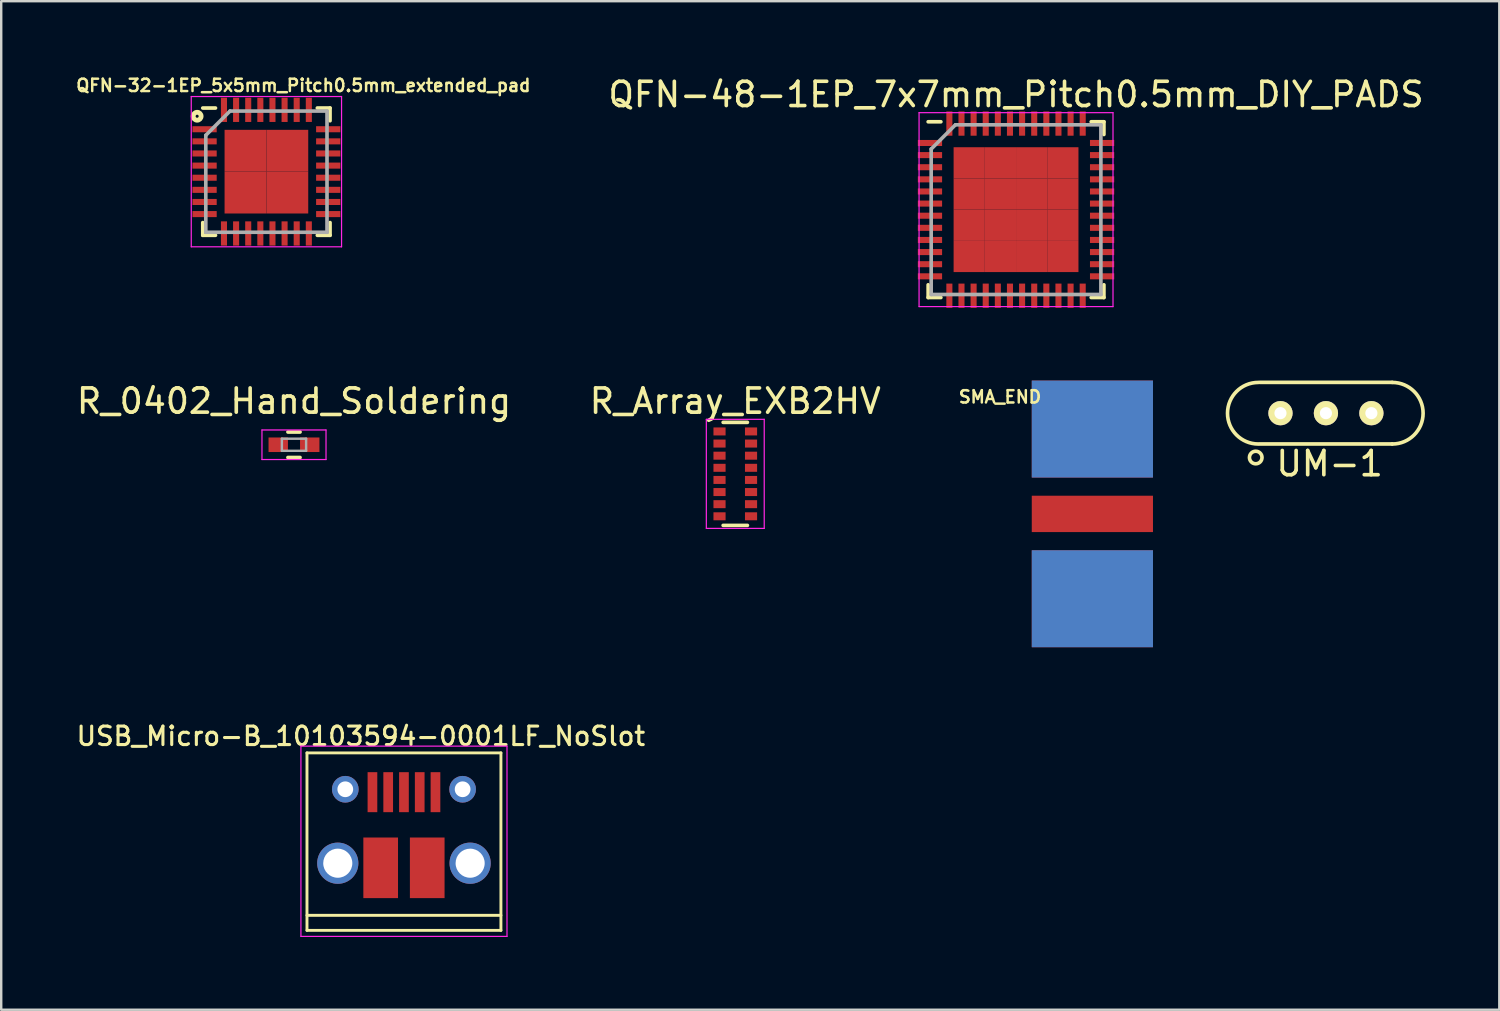
<source format=kicad_pcb>
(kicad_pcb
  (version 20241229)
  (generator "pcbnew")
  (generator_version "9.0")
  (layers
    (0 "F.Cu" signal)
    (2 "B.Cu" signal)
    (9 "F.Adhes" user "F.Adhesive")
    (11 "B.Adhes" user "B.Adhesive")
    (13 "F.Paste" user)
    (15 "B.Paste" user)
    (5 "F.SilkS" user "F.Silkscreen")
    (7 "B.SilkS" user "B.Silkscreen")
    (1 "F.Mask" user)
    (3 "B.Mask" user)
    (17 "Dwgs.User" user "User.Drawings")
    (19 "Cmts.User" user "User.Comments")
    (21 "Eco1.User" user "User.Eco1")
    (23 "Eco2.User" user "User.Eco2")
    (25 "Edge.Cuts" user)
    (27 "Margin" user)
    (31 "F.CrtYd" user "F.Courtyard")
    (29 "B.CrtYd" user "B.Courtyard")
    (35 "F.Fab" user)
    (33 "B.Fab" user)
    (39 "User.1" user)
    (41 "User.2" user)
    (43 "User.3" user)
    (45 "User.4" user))
  (footprint "QFN-48-1EP_7x7mm_Pitch0.5mm_DIY_PADS"
    (layer "F.Cu")
    (at 38.861 5.598)
    (property "Reference" "QFN-48-1EP_7x7mm_Pitch0.5mm_DIY_PADS" (at 0 -4.75 0) (layer "F.SilkS") (effects (font (size 1 1) (thickness 0.15))))
    (attr smd)
    (fp_line (start -3.625 -3.625) (end -3.1 -3.625) (stroke (width 0.15) (type solid)) (layer "F.SilkS"))
    (fp_line (start -3.625 3.625) (end -3.625 3.1) (stroke (width 0.15) (type solid)) (layer "F.SilkS"))
    (fp_line (start -3.625 3.625) (end -3.1 3.625) (stroke (width 0.15) (type solid)) (layer "F.SilkS"))
    (fp_line (start 3.625 -3.625) (end 3.1 -3.625) (stroke (width 0.15) (type solid)) (layer "F.SilkS"))
    (fp_line (start 3.625 -3.625) (end 3.625 -3.1) (stroke (width 0.15) (type solid)) (layer "F.SilkS"))
    (fp_line (start 3.625 3.625) (end 3.1 3.625) (stroke (width 0.15) (type solid)) (layer "F.SilkS"))
    (fp_line (start 3.625 3.625) (end 3.625 3.1) (stroke (width 0.15) (type solid)) (layer "F.SilkS"))
    (fp_line (start -4 -4) (end -4 4) (stroke (width 0.05) (type solid)) (layer "F.CrtYd"))
    (fp_line (start -4 -4) (end 4 -4) (stroke (width 0.05) (type solid)) (layer "F.CrtYd"))
    (fp_line (start -4 4) (end 4 4) (stroke (width 0.05) (type solid)) (layer "F.CrtYd"))
    (fp_line (start 4 -4) (end 4 4) (stroke (width 0.05) (type solid)) (layer "F.CrtYd"))
    (fp_line (start -3.5 -2.5) (end -2.5 -3.5) (stroke (width 0.15) (type solid)) (layer "F.Fab"))
    (fp_line (start -3.5 3.5) (end -3.5 -2.5) (stroke (width 0.15) (type solid)) (layer "F.Fab"))
    (fp_line (start -2.5 -3.5) (end 3.5 -3.5) (stroke (width 0.15) (type solid)) (layer "F.Fab"))
    (fp_line (start 3.5 -3.5) (end 3.5 3.5) (stroke (width 0.15) (type solid)) (layer "F.Fab"))
    (fp_line (start 3.5 3.5) (end -3.5 3.5) (stroke (width 0.15) (type solid)) (layer "F.Fab"))
    (pad "1" smd rect (at -3.55 -2.75) (size 1 0.25) (layers "F.Cu" "F.Mask" "F.Paste"))
    (pad "2" smd rect (at -3.55 -2.25) (size 1 0.25) (layers "F.Cu" "F.Mask" "F.Paste"))
    (pad "3" smd rect (at -3.55 -1.75) (size 1 0.25) (layers "F.Cu" "F.Mask" "F.Paste"))
    (pad "4" smd rect (at -3.55 -1.25) (size 1 0.25) (layers "F.Cu" "F.Mask" "F.Paste"))
    (pad "5" smd rect (at -3.55 -0.75) (size 1 0.25) (layers "F.Cu" "F.Mask" "F.Paste"))
    (pad "6" smd rect (at -3.55 -0.25) (size 1 0.25) (layers "F.Cu" "F.Mask" "F.Paste"))
    (pad "7" smd rect (at -3.55 0.25) (size 1 0.25) (layers "F.Cu" "F.Mask" "F.Paste"))
    (pad "8" smd rect (at -3.55 0.75) (size 1 0.25) (layers "F.Cu" "F.Mask" "F.Paste"))
    (pad "9" smd rect (at -3.55 1.25) (size 1 0.25) (layers "F.Cu" "F.Mask" "F.Paste"))
    (pad "10" smd rect (at -3.55 1.75) (size 1 0.25) (layers "F.Cu" "F.Mask" "F.Paste"))
    (pad "11" smd rect (at -3.55 2.25) (size 1 0.25) (layers "F.Cu" "F.Mask" "F.Paste"))
    (pad "12" smd rect (at -3.55 2.75) (size 1 0.25) (layers "F.Cu" "F.Mask" "F.Paste"))
    (pad "13" smd rect (at -2.75 3.55 90) (size 1 0.25) (layers "F.Cu" "F.Mask" "F.Paste"))
    (pad "14" smd rect (at -2.25 3.55 90) (size 1 0.25) (layers "F.Cu" "F.Mask" "F.Paste"))
    (pad "15" smd rect (at -1.75 3.55 90) (size 1 0.25) (layers "F.Cu" "F.Mask" "F.Paste"))
    (pad "16" smd rect (at -1.25 3.55 90) (size 1 0.25) (layers "F.Cu" "F.Mask" "F.Paste"))
    (pad "17" smd rect (at -0.75 3.55 90) (size 1 0.25) (layers "F.Cu" "F.Mask" "F.Paste"))
    (pad "18" smd rect (at -0.25 3.55 90) (size 1 0.25) (layers "F.Cu" "F.Mask" "F.Paste"))
    (pad "19" smd rect (at 0.25 3.55 90) (size 1 0.25) (layers "F.Cu" "F.Mask" "F.Paste"))
    (pad "20" smd rect (at 0.75 3.55 90) (size 1 0.25) (layers "F.Cu" "F.Mask" "F.Paste"))
    (pad "21" smd rect (at 1.25 3.55 90) (size 1 0.25) (layers "F.Cu" "F.Mask" "F.Paste"))
    (pad "22" smd rect (at 1.75 3.55 90) (size 1 0.25) (layers "F.Cu" "F.Mask" "F.Paste"))
    (pad "23" smd rect (at 2.25 3.55 90) (size 1 0.25) (layers "F.Cu" "F.Mask" "F.Paste"))
    (pad "24" smd rect (at 2.75 3.55 90) (size 1 0.25) (layers "F.Cu" "F.Mask" "F.Paste"))
    (pad "25" smd rect (at 3.55 2.75) (size 1 0.25) (layers "F.Cu" "F.Mask" "F.Paste"))
    (pad "26" smd rect (at 3.55 2.25) (size 1 0.25) (layers "F.Cu" "F.Mask" "F.Paste"))
    (pad "27" smd rect (at 3.55 1.75) (size 1 0.25) (layers "F.Cu" "F.Mask" "F.Paste"))
    (pad "28" smd rect (at 3.55 1.25) (size 1 0.25) (layers "F.Cu" "F.Mask" "F.Paste"))
    (pad "29" smd rect (at 3.55 0.75) (size 1 0.25) (layers "F.Cu" "F.Mask" "F.Paste"))
    (pad "30" smd rect (at 3.55 0.25) (size 1 0.25) (layers "F.Cu" "F.Mask" "F.Paste"))
    (pad "31" smd rect (at 3.55 -0.25) (size 1 0.25) (layers "F.Cu" "F.Mask" "F.Paste"))
    (pad "32" smd rect (at 3.55 -0.75) (size 1 0.25) (layers "F.Cu" "F.Mask" "F.Paste"))
    (pad "33" smd rect (at 3.55 -1.25) (size 1 0.25) (layers "F.Cu" "F.Mask" "F.Paste"))
    (pad "34" smd rect (at 3.55 -1.75) (size 1 0.25) (layers "F.Cu" "F.Mask" "F.Paste"))
    (pad "35" smd rect (at 3.55 -2.25) (size 1 0.25) (layers "F.Cu" "F.Mask" "F.Paste"))
    (pad "36" smd rect (at 3.55 -2.75) (size 1 0.25) (layers "F.Cu" "F.Mask" "F.Paste"))
    (pad "37" smd rect (at 2.75 -3.55 90) (size 1 0.25) (layers "F.Cu" "F.Mask" "F.Paste"))
    (pad "38" smd rect (at 2.25 -3.55 90) (size 1 0.25) (layers "F.Cu" "F.Mask" "F.Paste"))
    (pad "39" smd rect (at 1.75 -3.55 90) (size 1 0.25) (layers "F.Cu" "F.Mask" "F.Paste"))
    (pad "40" smd rect (at 1.25 -3.55 90) (size 1 0.25) (layers "F.Cu" "F.Mask" "F.Paste"))
    (pad "41" smd rect (at 0.75 -3.55 90) (size 1 0.25) (layers "F.Cu" "F.Mask" "F.Paste"))
    (pad "42" smd rect (at 0.25 -3.55 90) (size 1 0.25) (layers "F.Cu" "F.Mask" "F.Paste"))
    (pad "43" smd rect (at -0.25 -3.55 90) (size 1 0.25) (layers "F.Cu" "F.Mask" "F.Paste"))
    (pad "44" smd rect (at -0.75 -3.55 90) (size 1 0.25) (layers "F.Cu" "F.Mask" "F.Paste"))
    (pad "45" smd rect (at -1.25 -3.55 90) (size 1 0.25) (layers "F.Cu" "F.Mask" "F.Paste"))
    (pad "46" smd rect (at -1.75 -3.55 90) (size 1 0.25) (layers "F.Cu" "F.Mask" "F.Paste"))
    (pad "47" smd rect (at -2.25 -3.55 90) (size 1 0.25) (layers "F.Cu" "F.Mask" "F.Paste"))
    (pad "48" smd rect (at -2.75 -3.55 90) (size 1 0.25) (layers "F.Cu" "F.Mask" "F.Paste"))
    (pad "49" smd rect (at -1.931 -1.931) (size 1.288 1.288) (layers "F.Cu" "F.Mask" "F.Paste"))
    (pad "49" smd rect (at -1.931 -0.644) (size 1.288 1.288) (layers "F.Cu" "F.Mask" "F.Paste"))
    (pad "49" smd rect (at -1.931 0.644) (size 1.288 1.288) (layers "F.Cu" "F.Mask" "F.Paste"))
    (pad "49" smd rect (at -1.931 1.931) (size 1.288 1.288) (layers "F.Cu" "F.Mask" "F.Paste"))
    (pad "49" smd rect (at -0.644 -1.931) (size 1.288 1.288) (layers "F.Cu" "F.Mask" "F.Paste"))
    (pad "49" smd rect (at -0.644 -0.644) (size 1.288 1.288) (layers "F.Cu" "F.Mask" "F.Paste"))
    (pad "49" smd rect (at -0.644 0.644) (size 1.288 1.288) (layers "F.Cu" "F.Mask" "F.Paste"))
    (pad "49" smd rect (at -0.644 1.931) (size 1.288 1.288) (layers "F.Cu" "F.Mask" "F.Paste"))
    (pad "49" smd rect (at 0.644 -1.931) (size 1.288 1.288) (layers "F.Cu" "F.Mask" "F.Paste"))
    (pad "49" smd rect (at 0.644 -0.644) (size 1.288 1.288) (layers "F.Cu" "F.Mask" "F.Paste"))
    (pad "49" smd rect (at 0.644 0.644) (size 1.288 1.288) (layers "F.Cu" "F.Mask" "F.Paste"))
    (pad "49" smd rect (at 0.644 1.931) (size 1.288 1.288) (layers "F.Cu" "F.Mask" "F.Paste"))
    (pad "49" smd rect (at 1.931 -1.931) (size 1.288 1.288) (layers "F.Cu" "F.Mask" "F.Paste"))
    (pad "49" smd rect (at 1.931 -0.644) (size 1.288 1.288) (layers "F.Cu" "F.Mask" "F.Paste"))
    (pad "49" smd rect (at 1.931 0.644) (size 1.288 1.288) (layers "F.Cu" "F.Mask" "F.Paste"))
    (pad "49" smd rect (at 1.931 1.931) (size 1.288 1.288) (layers "F.Cu" "F.Mask" "F.Paste")))
  (footprint "QFN-32-1EP_5x5mm_Pitch0.5mm_extended_pad"
    (layer "F.Cu")
    (at 7.939 4.031)
    (property "Reference" "QFN-32-1EP_5x5mm_Pitch0.5mm_extended_pad" (at 1.524 -3.556 0) (layer "F.SilkS") (effects (font (size 0.508 0.508) (thickness 0.102))))
    (attr smd)
    (fp_line (start -2.625 -2.625) (end -2.1 -2.625) (stroke (width 0.15) (type solid)) (layer "F.SilkS"))
    (fp_line (start -2.625 2.625) (end -2.625 2.1) (stroke (width 0.15) (type solid)) (layer "F.SilkS"))
    (fp_line (start -2.625 2.625) (end -2.1 2.625) (stroke (width 0.15) (type solid)) (layer "F.SilkS"))
    (fp_line (start 2.625 -2.625) (end 2.1 -2.625) (stroke (width 0.15) (type solid)) (layer "F.SilkS"))
    (fp_line (start 2.625 -2.625) (end 2.625 -2.1) (stroke (width 0.15) (type solid)) (layer "F.SilkS"))
    (fp_line (start 2.625 2.625) (end 2.1 2.625) (stroke (width 0.15) (type solid)) (layer "F.SilkS"))
    (fp_line (start 2.625 2.625) (end 2.625 2.1) (stroke (width 0.15) (type solid)) (layer "F.SilkS"))
    (fp_circle (center -2.857 -2.286) (end -2.794 -2.286) (stroke (width 0.2) (type solid)) (fill no) (layer "F.SilkS"))
    (fp_line (start -3.1 -3.1) (end -3.1 3.1) (stroke (width 0.05) (type solid)) (layer "F.CrtYd"))
    (fp_line (start -3.1 -3.1) (end 3.1 -3.1) (stroke (width 0.05) (type solid)) (layer "F.CrtYd"))
    (fp_line (start -3.1 3.1) (end 3.1 3.1) (stroke (width 0.05) (type solid)) (layer "F.CrtYd"))
    (fp_line (start 3.1 -3.1) (end 3.1 3.1) (stroke (width 0.05) (type solid)) (layer "F.CrtYd"))
    (fp_line (start -2.5 -1.5) (end -1.5 -2.5) (stroke (width 0.15) (type solid)) (layer "F.Fab"))
    (fp_line (start -2.5 2.5) (end -2.5 -1.5) (stroke (width 0.15) (type solid)) (layer "F.Fab"))
    (fp_line (start -1.5 -2.5) (end 2.5 -2.5) (stroke (width 0.15) (type solid)) (layer "F.Fab"))
    (fp_line (start 2.5 -2.5) (end 2.5 2.5) (stroke (width 0.15) (type solid)) (layer "F.Fab"))
    (fp_line (start 2.5 2.5) (end -2.5 2.5) (stroke (width 0.15) (type solid)) (layer "F.Fab"))
    (pad "1" smd rect (at -2.55 -1.75) (size 1 0.25) (layers "F.Cu" "F.Mask" "F.Paste"))
    (pad "2" smd rect (at -2.55 -1.25) (size 1 0.25) (layers "F.Cu" "F.Mask" "F.Paste"))
    (pad "3" smd rect (at -2.55 -0.75) (size 1 0.25) (layers "F.Cu" "F.Mask" "F.Paste"))
    (pad "4" smd rect (at -2.55 -0.25) (size 1 0.25) (layers "F.Cu" "F.Mask" "F.Paste"))
    (pad "5" smd rect (at -2.55 0.25) (size 1 0.25) (layers "F.Cu" "F.Mask" "F.Paste"))
    (pad "6" smd rect (at -2.55 0.75) (size 1 0.25) (layers "F.Cu" "F.Mask" "F.Paste"))
    (pad "7" smd rect (at -2.55 1.25) (size 1 0.25) (layers "F.Cu" "F.Mask" "F.Paste"))
    (pad "8" smd rect (at -2.55 1.75) (size 1 0.25) (layers "F.Cu" "F.Mask" "F.Paste"))
    (pad "9" smd rect (at -1.75 2.55 90) (size 1 0.25) (layers "F.Cu" "F.Mask" "F.Paste"))
    (pad "10" smd rect (at -1.25 2.55 90) (size 1 0.25) (layers "F.Cu" "F.Mask" "F.Paste"))
    (pad "11" smd rect (at -0.75 2.55 90) (size 1 0.25) (layers "F.Cu" "F.Mask" "F.Paste"))
    (pad "12" smd rect (at -0.25 2.55 90) (size 1 0.25) (layers "F.Cu" "F.Mask" "F.Paste"))
    (pad "13" smd rect (at 0.25 2.55 90) (size 1 0.25) (layers "F.Cu" "F.Mask" "F.Paste"))
    (pad "14" smd rect (at 0.75 2.55 90) (size 1 0.25) (layers "F.Cu" "F.Mask" "F.Paste"))
    (pad "15" smd rect (at 1.25 2.55 90) (size 1 0.25) (layers "F.Cu" "F.Mask" "F.Paste"))
    (pad "16" smd rect (at 1.75 2.55 90) (size 1 0.25) (layers "F.Cu" "F.Mask" "F.Paste"))
    (pad "17" smd rect (at 2.55 1.75) (size 1 0.25) (layers "F.Cu" "F.Mask" "F.Paste"))
    (pad "18" smd rect (at 2.55 1.25) (size 1 0.25) (layers "F.Cu" "F.Mask" "F.Paste"))
    (pad "19" smd rect (at 2.55 0.75) (size 1 0.25) (layers "F.Cu" "F.Mask" "F.Paste"))
    (pad "20" smd rect (at 2.55 0.25) (size 1 0.25) (layers "F.Cu" "F.Mask" "F.Paste"))
    (pad "21" smd rect (at 2.55 -0.25) (size 1 0.25) (layers "F.Cu" "F.Mask" "F.Paste"))
    (pad "22" smd rect (at 2.55 -0.75) (size 1 0.25) (layers "F.Cu" "F.Mask" "F.Paste"))
    (pad "23" smd rect (at 2.55 -1.25) (size 1 0.25) (layers "F.Cu" "F.Mask" "F.Paste"))
    (pad "24" smd rect (at 2.55 -1.75) (size 1 0.25) (layers "F.Cu" "F.Mask" "F.Paste"))
    (pad "25" smd rect (at 1.75 -2.55 90) (size 1 0.25) (layers "F.Cu" "F.Mask" "F.Paste"))
    (pad "26" smd rect (at 1.25 -2.55 90) (size 1 0.25) (layers "F.Cu" "F.Mask" "F.Paste"))
    (pad "27" smd rect (at 0.75 -2.55 90) (size 1 0.25) (layers "F.Cu" "F.Mask" "F.Paste"))
    (pad "28" smd rect (at 0.25 -2.55 90) (size 1 0.25) (layers "F.Cu" "F.Mask" "F.Paste"))
    (pad "29" smd rect (at -0.25 -2.55 90) (size 1 0.25) (layers "F.Cu" "F.Mask" "F.Paste"))
    (pad "30" smd rect (at -0.75 -2.55 90) (size 1 0.25) (layers "F.Cu" "F.Mask" "F.Paste"))
    (pad "31" smd rect (at -1.25 -2.55 90) (size 1 0.25) (layers "F.Cu" "F.Mask" "F.Paste"))
    (pad "32" smd rect (at -1.75 -2.55 90) (size 1 0.25) (layers "F.Cu" "F.Mask" "F.Paste"))
    (pad "33" smd rect (at -0.863 -0.863) (size 1.725 1.725) (layers "F.Cu" "F.Mask" "F.Paste"))
    (pad "33" smd rect (at -0.863 0.863) (size 1.725 1.725) (layers "F.Cu" "F.Mask" "F.Paste"))
    (pad "33" smd rect (at 0.863 -0.863) (size 1.725 1.725) (layers "F.Cu" "F.Mask" "F.Paste"))
    (pad "33" smd rect (at 0.863 0.863) (size 1.725 1.725) (layers "F.Cu" "F.Mask" "F.Paste")))
  (footprint "USB_Micro-B_10103594-0001LF_NoSlot"
    (layer "F.Cu")
    (at 13.613 31.127)
    (property "Reference" "USB_Micro-B_10103594-0001LF_NoSlot" (at -1.778 -3.81 0) (layer "F.SilkS") (effects (font (size 0.762 0.762) (thickness 0.127))))
    (attr smd)
    (fp_line (start -4 -3.12) (end 4 -3.12) (stroke (width 0.12) (type solid)) (layer "F.SilkS"))
    (fp_line (start -4 4.2) (end -4 -3.12) (stroke (width 0.12) (type solid)) (layer "F.SilkS"))
    (fp_line (start -4 4.2) (end 4 4.2) (stroke (width 0.12) (type solid)) (layer "F.SilkS"))
    (fp_line (start 4 -3.12) (end 4 4.2) (stroke (width 0.12) (type solid)) (layer "F.SilkS"))
    (fp_line (start 4 3.58) (end -4 3.58) (stroke (width 0.12) (type solid)) (layer "F.SilkS"))
    (fp_line (start -4.25 -3.4) (end 4.25 -3.4) (stroke (width 0.05) (type solid)) (layer "F.CrtYd"))
    (fp_line (start -4.25 4.45) (end -4.25 -3.4) (stroke (width 0.05) (type solid)) (layer "F.CrtYd"))
    (fp_line (start 4.25 -3.4) (end 4.25 4.45) (stroke (width 0.05) (type solid)) (layer "F.CrtYd"))
    (fp_line (start 4.25 4.45) (end -4.25 4.45) (stroke (width 0.05) (type solid)) (layer "F.CrtYd"))
    (pad "1" smd rect (at -1.3 -1.5 90) (size 1.65 0.4) (layers "F.Cu" "F.Mask" "F.Paste"))
    (pad "2" smd rect (at -0.65 -1.5 90) (size 1.65 0.4) (layers "F.Cu" "F.Mask" "F.Paste"))
    (pad "3" smd rect (at 0 -1.5 90) (size 1.65 0.4) (layers "F.Cu" "F.Mask" "F.Paste"))
    (pad "4" smd rect (at 0.65 -1.5 90) (size 1.65 0.4) (layers "F.Cu" "F.Mask" "F.Paste"))
    (pad "5" smd rect (at 1.3 -1.5 90) (size 1.65 0.4) (layers "F.Cu" "F.Mask" "F.Paste"))
    (pad "6" thru_hole circle (at -2.73 1.43 90) (size 1.7 1.7) (drill oval 1.2) (layers "*.Cu" "*.Mask"))
    (pad "6" thru_hole circle (at -2.42 -1.62 90) (size 1.1 1.1) (drill 0.65) (layers "*.Cu" "*.Mask"))
    (pad "6" smd rect (at -0.96 1.62 90) (size 2.5 1.43) (layers "F.Cu" "F.Mask" "F.Paste"))
    (pad "6" smd rect (at 0.96 1.62 90) (size 2.5 1.43) (layers "F.Cu" "F.Mask" "F.Paste"))
    (pad "6" thru_hole circle (at 2.42 -1.62 90) (size 1.1 1.1) (drill oval 0.65) (layers "*.Cu" "*.Mask"))
    (pad "6" thru_hole circle (at 2.73 1.43 90) (size 1.7 1.7) (drill oval 1.2) (layers "*.Cu" "*.Mask")))
  (footprint "R_0402_Hand_Soldering"
    (layer "F.Cu")
    (at 9.077 15.296)
    (property "Reference" "R_0402_Hand_Soldering" (at 0 -1.8 0) (layer "F.SilkS") (effects (font (size 1 1) (thickness 0.15))))
    (attr smd)
    (fp_line (start -0.25 0.525) (end 0.25 0.525) (stroke (width 0.15) (type solid)) (layer "F.SilkS"))
    (fp_line (start 0.25 -0.525) (end -0.25 -0.525) (stroke (width 0.15) (type solid)) (layer "F.SilkS"))
    (fp_line (start -1.321 -0.61) (end -1.321 0.61) (stroke (width 0.05) (type solid)) (layer "F.CrtYd"))
    (fp_line (start -1.321 0.61) (end 1.321 0.61) (stroke (width 0.05) (type solid)) (layer "F.CrtYd"))
    (fp_line (start 1.321 -0.61) (end -1.321 -0.61) (stroke (width 0.05) (type solid)) (layer "F.CrtYd"))
    (fp_line (start 1.321 0.61) (end 1.321 -0.61) (stroke (width 0.05) (type solid)) (layer "F.CrtYd"))
    (fp_line (start -0.5 -0.25) (end 0.5 -0.25) (stroke (width 0.1) (type solid)) (layer "F.Fab"))
    (fp_line (start -0.5 0.25) (end -0.5 -0.25) (stroke (width 0.1) (type solid)) (layer "F.Fab"))
    (fp_line (start 0.5 -0.25) (end 0.5 0.25) (stroke (width 0.1) (type solid)) (layer "F.Fab"))
    (fp_line (start 0.5 0.25) (end -0.5 0.25) (stroke (width 0.1) (type solid)) (layer "F.Fab"))
    (pad "1" smd rect (at -0.65 0) (size 0.8 0.6) (layers "F.Cu" "F.Mask" "F.Paste"))
    (pad "2" smd rect (at 0.65 0) (size 0.8 0.6) (layers "F.Cu" "F.Mask" "F.Paste")))
  (footprint "UM-1"
    (layer "F.Cu")
    (at 51.644 13.993)
    (property "Reference" "UM-1" (at 0.152 2.083 0) (layer "F.SilkS") (effects (font (size 1 1) (thickness 0.15))))
    (attr through_hole)
    (fp_line (start -2.73 -1.27) (end 2.73 -1.27) (stroke (width 0.15) (type solid)) (layer "F.SilkS"))
    (fp_line (start 2.73 1.27) (end -2.73 1.27) (stroke (width 0.15) (type solid)) (layer "F.SilkS"))
    (fp_arc (start -2.7894 1.2722) (mid -4.0594 0.0022) (end -2.7894 -1.2678) (stroke (width 0.15) (type solid)) (layer "F.SilkS"))
    (fp_arc (start 2.7386 -1.2678) (mid 4.0086 0.0022) (end 2.7386 1.2722) (stroke (width 0.15) (type solid)) (layer "F.SilkS"))
    (fp_circle (center -2.896 1.829) (end -2.642 1.88) (stroke (width 0.15) (type solid)) (fill no) (layer "F.SilkS"))
    (pad "1" thru_hole circle (at -1.875 0) (size 1 1) (drill 0.5) (layers "*.Cu" "*.Mask" "F.SilkS"))
    (pad "2" thru_hole circle (at 0 0) (size 1 1) (drill 0.5) (layers "*.Cu" "*.Mask" "F.SilkS"))
    (pad "3" thru_hole circle (at 1.875 0) (size 1 1) (drill 0.5) (layers "*.Cu" "*.Mask" "F.SilkS")))
  (footprint "R_Array_EXB2HV"
    (layer "F.Cu")
    (at 27.28 16.497)
    (property "Reference" "R_Array_EXB2HV" (at 0 -3 0) (layer "F.SilkS") (effects (font (size 1 1) (thickness 0.15))))
    (attr smd)
    (fp_line (start 0.5 -2.125) (end -0.5 -2.125) (stroke (width 0.15) (type solid)) (layer "F.SilkS"))
    (fp_line (start 0.5 2.125) (end -0.5 2.125) (stroke (width 0.15) (type solid)) (layer "F.SilkS"))
    (fp_line (start -1.194 -2.25) (end -1.194 2.25) (stroke (width 0.05) (type solid)) (layer "F.CrtYd"))
    (fp_line (start -1.194 -2.25) (end 1.194 -2.25) (stroke (width 0.05) (type solid)) (layer "F.CrtYd"))
    (fp_line (start -1.194 2.25) (end 1.194 2.25) (stroke (width 0.05) (type solid)) (layer "F.CrtYd"))
    (fp_line (start 1.194 -2.25) (end 1.194 2.25) (stroke (width 0.05) (type solid)) (layer "F.CrtYd"))
    (pad "1" smd rect (at -0.65 -1.75) (size 0.5 0.33) (layers "F.Cu" "F.Mask" "F.Paste"))
    (pad "2" smd rect (at -0.65 -1.25) (size 0.5 0.33) (layers "F.Cu" "F.Mask" "F.Paste"))
    (pad "3" smd rect (at -0.65 -0.75) (size 0.5 0.33) (layers "F.Cu" "F.Mask" "F.Paste"))
    (pad "4" smd rect (at -0.65 -0.25) (size 0.5 0.33) (layers "F.Cu" "F.Mask" "F.Paste"))
    (pad "5" smd rect (at -0.65 0.25) (size 0.5 0.33) (layers "F.Cu" "F.Mask" "F.Paste"))
    (pad "6" smd rect (at -0.65 0.75) (size 0.5 0.33) (layers "F.Cu" "F.Mask" "F.Paste"))
    (pad "7" smd rect (at -0.65 1.25) (size 0.5 0.33) (layers "F.Cu" "F.Mask" "F.Paste"))
    (pad "8" smd rect (at -0.65 1.75) (size 0.5 0.33) (layers "F.Cu" "F.Mask" "F.Paste"))
    (pad "9" smd rect (at 0.65 1.75) (size 0.5 0.33) (layers "F.Cu" "F.Mask" "F.Paste"))
    (pad "10" smd rect (at 0.65 1.25) (size 0.5 0.33) (layers "F.Cu" "F.Mask" "F.Paste"))
    (pad "11" smd rect (at 0.65 0.75) (size 0.5 0.33) (layers "F.Cu" "F.Mask" "F.Paste"))
    (pad "12" smd rect (at 0.65 0.25) (size 0.5 0.33) (layers "F.Cu" "F.Mask" "F.Paste"))
    (pad "13" smd rect (at 0.65 -0.25) (size 0.5 0.33) (layers "F.Cu" "F.Mask" "F.Paste"))
    (pad "14" smd rect (at 0.65 -0.75) (size 0.5 0.33) (layers "F.Cu" "F.Mask" "F.Paste"))
    (pad "15" smd rect (at 0.65 -1.25) (size 0.5 0.33) (layers "F.Cu" "F.Mask" "F.Paste"))
    (pad "16" smd rect (at 0.65 -1.75) (size 0.5 0.33) (layers "F.Cu" "F.Mask" "F.Paste")))
  (footprint "SMA_END"
    (layer "F.Cu")
    (at 42.01 18.148)
    (property "Reference" "SMA_END" (at -3.81 -4.826 0) (layer "F.SilkS") (effects (font (size 0.508 0.508) (thickness 0.102))))
    (attr through_hole)
    (pad "1" smd rect (at 0 0) (size 5 1.5) (layers "F.Cu" "F.Mask" "F.Paste"))
    (pad "2" smd rect (at 0 -3.5) (size 5 4) (layers "F.Cu" "F.Mask" "F.Paste"))
    (pad "2" smd rect (at 0 -3.5) (size 5 4) (layers "B.Cu" "B.Mask"))
    (pad "2" smd rect (at 0 3.5) (size 5 4) (layers "F.Cu" "F.Mask" "F.Paste"))
    (pad "2" smd rect (at 0 3.5) (size 5 4) (layers "B.Cu" "B.Mask")))
  (gr_rect
    (start -3 -3)
    (end 58.796 38.602)
    (stroke (width 0.1) (type default))
    (fill no)
    (layer "Edge.Cuts")))
</source>
